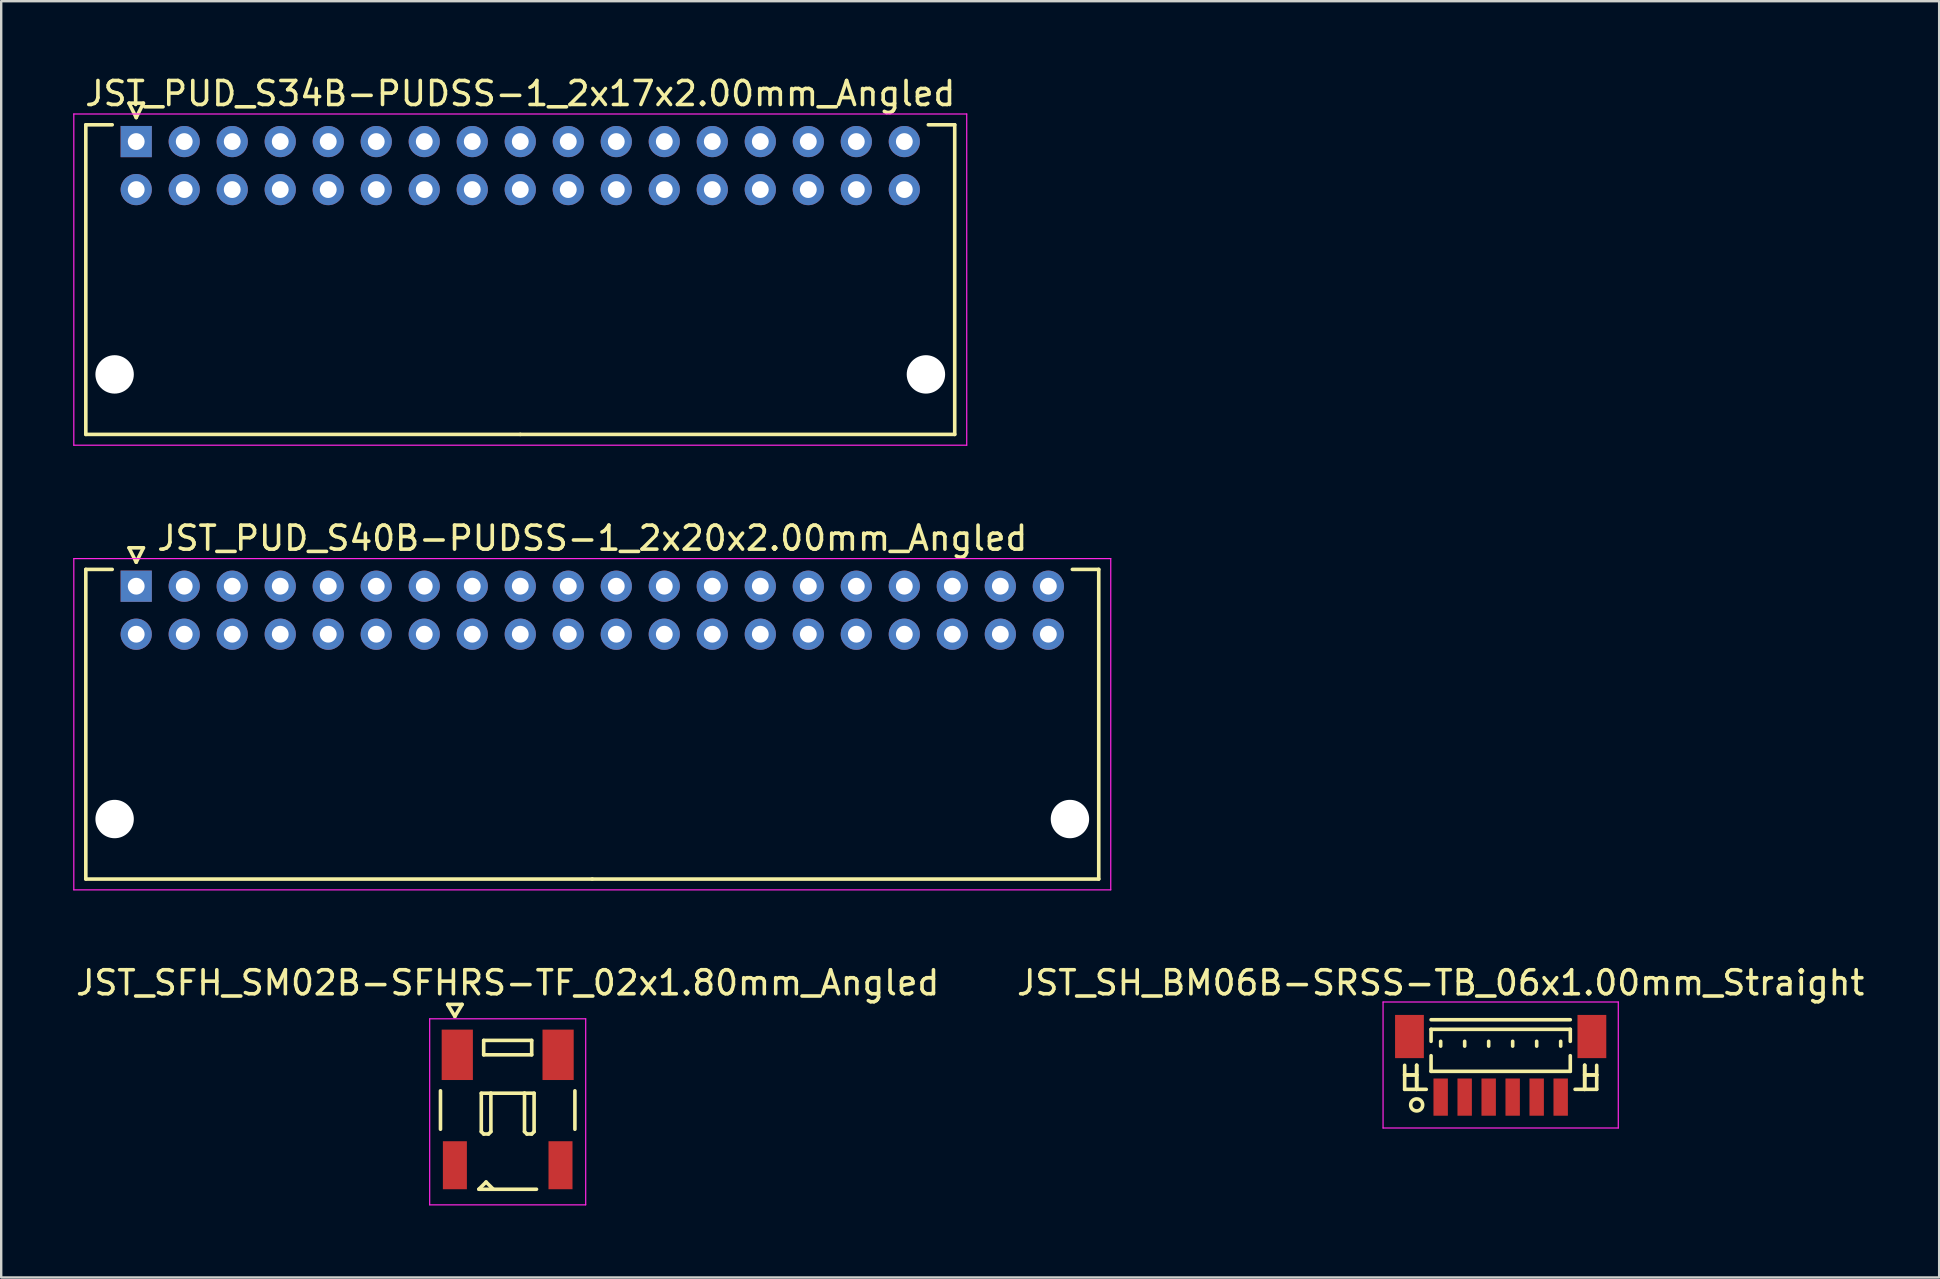
<source format=kicad_pcb>
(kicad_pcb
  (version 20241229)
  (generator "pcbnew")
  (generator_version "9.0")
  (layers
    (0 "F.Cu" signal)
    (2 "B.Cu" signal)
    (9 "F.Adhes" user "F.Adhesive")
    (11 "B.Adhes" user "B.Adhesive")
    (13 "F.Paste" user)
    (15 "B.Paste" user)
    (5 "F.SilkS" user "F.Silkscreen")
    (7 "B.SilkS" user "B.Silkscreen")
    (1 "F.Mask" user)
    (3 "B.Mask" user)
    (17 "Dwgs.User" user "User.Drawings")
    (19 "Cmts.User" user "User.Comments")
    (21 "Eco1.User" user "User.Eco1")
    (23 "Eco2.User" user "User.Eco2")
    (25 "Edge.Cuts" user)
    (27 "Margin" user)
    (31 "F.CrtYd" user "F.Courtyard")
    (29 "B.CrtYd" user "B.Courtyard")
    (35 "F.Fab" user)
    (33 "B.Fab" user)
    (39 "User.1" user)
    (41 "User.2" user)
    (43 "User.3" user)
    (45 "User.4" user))
  (footprint "JST_SFH_SM02B-SFHRS-TF_02x1.80mm_Angled"
    (layer "F.Cu")
    (at 18.101 43.195)
    (property "Reference" "JST_SFH_SM02B-SFHRS-TF_02x1.80mm_Angled" (at 0 -5.3 0) (layer "F.SilkS") (effects (font (size 1 1) (thickness 0.15))))
    (attr smd)
    (fp_line (start -2.8 -0.8) (end -2.8 0.8) (stroke (width 0.15) (type solid)) (layer "F.SilkS"))
    (fp_line (start -2.5 -4.4) (end -2.2 -3.9) (stroke (width 0.15) (type solid)) (layer "F.SilkS"))
    (fp_line (start -2.2 -3.9) (end -1.9 -4.4) (stroke (width 0.15) (type solid)) (layer "F.SilkS"))
    (fp_line (start -1.9 -4.4) (end -2.5 -4.4) (stroke (width 0.15) (type solid)) (layer "F.SilkS"))
    (fp_line (start -1.2 3.3) (end -0.9 3) (stroke (width 0.15) (type solid)) (layer "F.SilkS"))
    (fp_line (start -1.1 -0.7) (end -1.1 0.9) (stroke (width 0.15) (type solid)) (layer "F.SilkS"))
    (fp_line (start -1.1 0.9) (end -1 1) (stroke (width 0.15) (type solid)) (layer "F.SilkS"))
    (fp_line (start -1 -2.9) (end -1 -2.3) (stroke (width 0.15) (type solid)) (layer "F.SilkS"))
    (fp_line (start -1 -2.9) (end 1 -2.9) (stroke (width 0.15) (type solid)) (layer "F.SilkS"))
    (fp_line (start -1 -2.3) (end 1 -2.3) (stroke (width 0.15) (type solid)) (layer "F.SilkS"))
    (fp_line (start -1 1) (end -0.8 1) (stroke (width 0.15) (type solid)) (layer "F.SilkS"))
    (fp_line (start -0.9 3) (end -0.6 3.3) (stroke (width 0.15) (type solid)) (layer "F.SilkS"))
    (fp_line (start -0.8 1) (end -0.7 0.9) (stroke (width 0.15) (type solid)) (layer "F.SilkS"))
    (fp_line (start -0.7 -0.7) (end -1.1 -0.7) (stroke (width 0.15) (type solid)) (layer "F.SilkS"))
    (fp_line (start -0.7 -0.7) (end 0.7 -0.7) (stroke (width 0.15) (type solid)) (layer "F.SilkS"))
    (fp_line (start -0.7 0.9) (end -0.7 -0.7) (stroke (width 0.15) (type solid)) (layer "F.SilkS"))
    (fp_line (start 0.7 -0.7) (end 1.1 -0.7) (stroke (width 0.15) (type solid)) (layer "F.SilkS"))
    (fp_line (start 0.7 0.9) (end 0.7 -0.7) (stroke (width 0.15) (type solid)) (layer "F.SilkS"))
    (fp_line (start 0.8 1) (end 0.7 0.9) (stroke (width 0.15) (type solid)) (layer "F.SilkS"))
    (fp_line (start 1 -2.3) (end 1 -2.9) (stroke (width 0.15) (type solid)) (layer "F.SilkS"))
    (fp_line (start 1 1) (end 0.8 1) (stroke (width 0.15) (type solid)) (layer "F.SilkS"))
    (fp_line (start 1.1 -0.7) (end 1.1 0.9) (stroke (width 0.15) (type solid)) (layer "F.SilkS"))
    (fp_line (start 1.1 0.9) (end 1 1) (stroke (width 0.15) (type solid)) (layer "F.SilkS"))
    (fp_line (start 1.2 3.3) (end -1.2 3.3) (stroke (width 0.15) (type solid)) (layer "F.SilkS"))
    (fp_line (start 2.8 -0.8) (end 2.8 0.8) (stroke (width 0.15) (type solid)) (layer "F.SilkS"))
    (fp_line (start -3.25 -3.8) (end -3.25 3.95) (stroke (width 0.05) (type solid)) (layer "F.CrtYd"))
    (fp_line (start -3.25 3.95) (end 3.25 3.95) (stroke (width 0.05) (type solid)) (layer "F.CrtYd"))
    (fp_line (start 3.25 -3.8) (end -3.25 -3.8) (stroke (width 0.05) (type solid)) (layer "F.CrtYd"))
    (fp_line (start 3.25 3.95) (end 3.25 -3.8) (stroke (width 0.05) (type solid)) (layer "F.CrtYd"))
    (pad "" smd rect (at -2.2 2.3) (size 1 2) (layers "F.Cu" "F.Mask" "F.Paste"))
    (pad "" smd rect (at 2.2 2.3) (size 1 2) (layers "F.Cu" "F.Mask" "F.Paste"))
    (pad "1" smd rect (at -2.1 -2.3) (size 1.3 2.1) (layers "F.Cu" "F.Mask" "F.Paste"))
    (pad "2" smd rect (at 2.1 -2.3) (size 1.3 2.1) (layers "F.Cu" "F.Mask" "F.Paste")))
  (footprint "JST_PUD_S40B-PUDSS-1_2x20x2.00mm_Angled"
    (layer "F.Cu")
    (at 2.625 21.372)
    (property "Reference" "JST_PUD_S40B-PUDSS-1_2x20x2.00mm_Angled" (at 19 -2 0) (layer "F.SilkS") (effects (font (size 1 1) (thickness 0.15))))
    (attr through_hole)
    (fp_line (start -2.1 -0.7) (end -2.1 12.2) (stroke (width 0.15) (type solid)) (layer "F.SilkS"))
    (fp_line (start -2.1 12.2) (end 19 12.2) (stroke (width 0.15) (type solid)) (layer "F.SilkS"))
    (fp_line (start -1 -0.7) (end -2.1 -0.7) (stroke (width 0.15) (type solid)) (layer "F.SilkS"))
    (fp_line (start -0.3 -1.6) (end 0.3 -1.6) (stroke (width 0.15) (type solid)) (layer "F.SilkS"))
    (fp_line (start 0 -1) (end -0.3 -1.6) (stroke (width 0.15) (type solid)) (layer "F.SilkS"))
    (fp_line (start 0.3 -1.6) (end 0 -1) (stroke (width 0.15) (type solid)) (layer "F.SilkS"))
    (fp_line (start 39 -0.7) (end 40.1 -0.7) (stroke (width 0.15) (type solid)) (layer "F.SilkS"))
    (fp_line (start 40.1 -0.7) (end 40.1 12.2) (stroke (width 0.15) (type solid)) (layer "F.SilkS"))
    (fp_line (start 40.1 12.2) (end 19 12.2) (stroke (width 0.15) (type solid)) (layer "F.SilkS"))
    (fp_line (start -2.6 -1.15) (end -2.6 12.65) (stroke (width 0.05) (type solid)) (layer "F.CrtYd"))
    (fp_line (start -2.6 12.65) (end 40.6 12.65) (stroke (width 0.05) (type solid)) (layer "F.CrtYd"))
    (fp_line (start 40.6 -1.15) (end -2.6 -1.15) (stroke (width 0.05) (type solid)) (layer "F.CrtYd"))
    (fp_line (start 40.6 12.65) (end 40.6 -1.15) (stroke (width 0.05) (type solid)) (layer "F.CrtYd"))
    (pad "" np_thru_hole circle (at -0.9 9.7) (size 1.6 1.6) (drill 1.6) (layers "*.Cu"))
    (pad "" np_thru_hole circle (at 38.9 9.7) (size 1.6 1.6) (drill 1.6) (layers "*.Cu"))
    (pad "1" thru_hole rect (at 0 0) (size 1.3 1.3) (drill 0.7) (layers "*.Cu" "*.Mask"))
    (pad "2" thru_hole circle (at 0 2) (size 1.3 1.3) (drill 0.7) (layers "*.Cu" "*.Mask"))
    (pad "3" thru_hole circle (at 2 0) (size 1.3 1.3) (drill 0.7) (layers "*.Cu" "*.Mask"))
    (pad "4" thru_hole circle (at 2 2) (size 1.3 1.3) (drill 0.7) (layers "*.Cu" "*.Mask"))
    (pad "5" thru_hole circle (at 4 0) (size 1.3 1.3) (drill 0.7) (layers "*.Cu" "*.Mask"))
    (pad "6" thru_hole circle (at 4 2) (size 1.3 1.3) (drill 0.7) (layers "*.Cu" "*.Mask"))
    (pad "7" thru_hole circle (at 6 0) (size 1.3 1.3) (drill 0.7) (layers "*.Cu" "*.Mask"))
    (pad "8" thru_hole circle (at 6 2) (size 1.3 1.3) (drill 0.7) (layers "*.Cu" "*.Mask"))
    (pad "9" thru_hole circle (at 8 0) (size 1.3 1.3) (drill 0.7) (layers "*.Cu" "*.Mask"))
    (pad "10" thru_hole circle (at 8 2) (size 1.3 1.3) (drill 0.7) (layers "*.Cu" "*.Mask"))
    (pad "11" thru_hole circle (at 10 0) (size 1.3 1.3) (drill 0.7) (layers "*.Cu" "*.Mask"))
    (pad "12" thru_hole circle (at 10 2) (size 1.3 1.3) (drill 0.7) (layers "*.Cu" "*.Mask"))
    (pad "13" thru_hole circle (at 12 0) (size 1.3 1.3) (drill 0.7) (layers "*.Cu" "*.Mask"))
    (pad "14" thru_hole circle (at 12 2) (size 1.3 1.3) (drill 0.7) (layers "*.Cu" "*.Mask"))
    (pad "15" thru_hole circle (at 14 0) (size 1.3 1.3) (drill 0.7) (layers "*.Cu" "*.Mask"))
    (pad "16" thru_hole circle (at 14 2) (size 1.3 1.3) (drill 0.7) (layers "*.Cu" "*.Mask"))
    (pad "17" thru_hole circle (at 16 0) (size 1.3 1.3) (drill 0.7) (layers "*.Cu" "*.Mask"))
    (pad "18" thru_hole circle (at 16 2) (size 1.3 1.3) (drill 0.7) (layers "*.Cu" "*.Mask"))
    (pad "19" thru_hole circle (at 18 0) (size 1.3 1.3) (drill 0.7) (layers "*.Cu" "*.Mask"))
    (pad "20" thru_hole circle (at 18 2) (size 1.3 1.3) (drill 0.7) (layers "*.Cu" "*.Mask"))
    (pad "21" thru_hole circle (at 20 0) (size 1.3 1.3) (drill 0.7) (layers "*.Cu" "*.Mask"))
    (pad "22" thru_hole circle (at 20 2) (size 1.3 1.3) (drill 0.7) (layers "*.Cu" "*.Mask"))
    (pad "23" thru_hole circle (at 22 0) (size 1.3 1.3) (drill 0.7) (layers "*.Cu" "*.Mask"))
    (pad "24" thru_hole circle (at 22 2) (size 1.3 1.3) (drill 0.7) (layers "*.Cu" "*.Mask"))
    (pad "25" thru_hole circle (at 24 0) (size 1.3 1.3) (drill 0.7) (layers "*.Cu" "*.Mask"))
    (pad "26" thru_hole circle (at 24 2) (size 1.3 1.3) (drill 0.7) (layers "*.Cu" "*.Mask"))
    (pad "27" thru_hole circle (at 26 0) (size 1.3 1.3) (drill 0.7) (layers "*.Cu" "*.Mask"))
    (pad "28" thru_hole circle (at 26 2) (size 1.3 1.3) (drill 0.7) (layers "*.Cu" "*.Mask"))
    (pad "29" thru_hole circle (at 28 0) (size 1.3 1.3) (drill 0.7) (layers "*.Cu" "*.Mask"))
    (pad "30" thru_hole circle (at 28 2) (size 1.3 1.3) (drill 0.7) (layers "*.Cu" "*.Mask"))
    (pad "31" thru_hole circle (at 30 0) (size 1.3 1.3) (drill 0.7) (layers "*.Cu" "*.Mask"))
    (pad "32" thru_hole circle (at 30 2) (size 1.3 1.3) (drill 0.7) (layers "*.Cu" "*.Mask"))
    (pad "33" thru_hole circle (at 32 0) (size 1.3 1.3) (drill 0.7) (layers "*.Cu" "*.Mask"))
    (pad "34" thru_hole circle (at 32 2) (size 1.3 1.3) (drill 0.7) (layers "*.Cu" "*.Mask"))
    (pad "35" thru_hole circle (at 34 0) (size 1.3 1.3) (drill 0.7) (layers "*.Cu" "*.Mask"))
    (pad "36" thru_hole circle (at 34 2) (size 1.3 1.3) (drill 0.7) (layers "*.Cu" "*.Mask"))
    (pad "37" thru_hole circle (at 36 0) (size 1.3 1.3) (drill 0.7) (layers "*.Cu" "*.Mask"))
    (pad "38" thru_hole circle (at 36 2) (size 1.3 1.3) (drill 0.7) (layers "*.Cu" "*.Mask"))
    (pad "39" thru_hole circle (at 38 0) (size 1.3 1.3) (drill 0.7) (layers "*.Cu" "*.Mask"))
    (pad "40" thru_hole circle (at 38 2) (size 1.3 1.3) (drill 0.7) (layers "*.Cu" "*.Mask")))
  (footprint "JST_PUD_S34B-PUDSS-1_2x17x2.00mm_Angled"
    (layer "F.Cu")
    (at 2.625 2.848)
    (property "Reference" "JST_PUD_S34B-PUDSS-1_2x17x2.00mm_Angled" (at 16 -2 0) (layer "F.SilkS") (effects (font (size 1 1) (thickness 0.15))))
    (attr through_hole)
    (fp_line (start -2.1 -0.7) (end -2.1 12.2) (stroke (width 0.15) (type solid)) (layer "F.SilkS"))
    (fp_line (start -2.1 12.2) (end 16 12.2) (stroke (width 0.15) (type solid)) (layer "F.SilkS"))
    (fp_line (start -1 -0.7) (end -2.1 -0.7) (stroke (width 0.15) (type solid)) (layer "F.SilkS"))
    (fp_line (start -0.3 -1.6) (end 0.3 -1.6) (stroke (width 0.15) (type solid)) (layer "F.SilkS"))
    (fp_line (start 0 -1) (end -0.3 -1.6) (stroke (width 0.15) (type solid)) (layer "F.SilkS"))
    (fp_line (start 0.3 -1.6) (end 0 -1) (stroke (width 0.15) (type solid)) (layer "F.SilkS"))
    (fp_line (start 33 -0.7) (end 34.1 -0.7) (stroke (width 0.15) (type solid)) (layer "F.SilkS"))
    (fp_line (start 34.1 -0.7) (end 34.1 12.2) (stroke (width 0.15) (type solid)) (layer "F.SilkS"))
    (fp_line (start 34.1 12.2) (end 16 12.2) (stroke (width 0.15) (type solid)) (layer "F.SilkS"))
    (fp_line (start -2.6 -1.15) (end -2.6 12.65) (stroke (width 0.05) (type solid)) (layer "F.CrtYd"))
    (fp_line (start -2.6 12.65) (end 34.6 12.65) (stroke (width 0.05) (type solid)) (layer "F.CrtYd"))
    (fp_line (start 34.6 -1.15) (end -2.6 -1.15) (stroke (width 0.05) (type solid)) (layer "F.CrtYd"))
    (fp_line (start 34.6 12.65) (end 34.6 -1.15) (stroke (width 0.05) (type solid)) (layer "F.CrtYd"))
    (pad "" np_thru_hole circle (at -0.9 9.7) (size 1.6 1.6) (drill 1.6) (layers "*.Cu"))
    (pad "" np_thru_hole circle (at 32.9 9.7) (size 1.6 1.6) (drill 1.6) (layers "*.Cu"))
    (pad "1" thru_hole rect (at 0 0) (size 1.3 1.3) (drill 0.7) (layers "*.Cu" "*.Mask"))
    (pad "2" thru_hole circle (at 0 2) (size 1.3 1.3) (drill 0.7) (layers "*.Cu" "*.Mask"))
    (pad "3" thru_hole circle (at 2 0) (size 1.3 1.3) (drill 0.7) (layers "*.Cu" "*.Mask"))
    (pad "4" thru_hole circle (at 2 2) (size 1.3 1.3) (drill 0.7) (layers "*.Cu" "*.Mask"))
    (pad "5" thru_hole circle (at 4 0) (size 1.3 1.3) (drill 0.7) (layers "*.Cu" "*.Mask"))
    (pad "6" thru_hole circle (at 4 2) (size 1.3 1.3) (drill 0.7) (layers "*.Cu" "*.Mask"))
    (pad "7" thru_hole circle (at 6 0) (size 1.3 1.3) (drill 0.7) (layers "*.Cu" "*.Mask"))
    (pad "8" thru_hole circle (at 6 2) (size 1.3 1.3) (drill 0.7) (layers "*.Cu" "*.Mask"))
    (pad "9" thru_hole circle (at 8 0) (size 1.3 1.3) (drill 0.7) (layers "*.Cu" "*.Mask"))
    (pad "10" thru_hole circle (at 8 2) (size 1.3 1.3) (drill 0.7) (layers "*.Cu" "*.Mask"))
    (pad "11" thru_hole circle (at 10 0) (size 1.3 1.3) (drill 0.7) (layers "*.Cu" "*.Mask"))
    (pad "12" thru_hole circle (at 10 2) (size 1.3 1.3) (drill 0.7) (layers "*.Cu" "*.Mask"))
    (pad "13" thru_hole circle (at 12 0) (size 1.3 1.3) (drill 0.7) (layers "*.Cu" "*.Mask"))
    (pad "14" thru_hole circle (at 12 2) (size 1.3 1.3) (drill 0.7) (layers "*.Cu" "*.Mask"))
    (pad "15" thru_hole circle (at 14 0) (size 1.3 1.3) (drill 0.7) (layers "*.Cu" "*.Mask"))
    (pad "16" thru_hole circle (at 14 2) (size 1.3 1.3) (drill 0.7) (layers "*.Cu" "*.Mask"))
    (pad "17" thru_hole circle (at 16 0) (size 1.3 1.3) (drill 0.7) (layers "*.Cu" "*.Mask"))
    (pad "18" thru_hole circle (at 16 2) (size 1.3 1.3) (drill 0.7) (layers "*.Cu" "*.Mask"))
    (pad "19" thru_hole circle (at 18 0) (size 1.3 1.3) (drill 0.7) (layers "*.Cu" "*.Mask"))
    (pad "20" thru_hole circle (at 18 2) (size 1.3 1.3) (drill 0.7) (layers "*.Cu" "*.Mask"))
    (pad "21" thru_hole circle (at 20 0) (size 1.3 1.3) (drill 0.7) (layers "*.Cu" "*.Mask"))
    (pad "22" thru_hole circle (at 20 2) (size 1.3 1.3) (drill 0.7) (layers "*.Cu" "*.Mask"))
    (pad "23" thru_hole circle (at 22 0) (size 1.3 1.3) (drill 0.7) (layers "*.Cu" "*.Mask"))
    (pad "24" thru_hole circle (at 22 2) (size 1.3 1.3) (drill 0.7) (layers "*.Cu" "*.Mask"))
    (pad "25" thru_hole circle (at 24 0) (size 1.3 1.3) (drill 0.7) (layers "*.Cu" "*.Mask"))
    (pad "26" thru_hole circle (at 24 2) (size 1.3 1.3) (drill 0.7) (layers "*.Cu" "*.Mask"))
    (pad "27" thru_hole circle (at 26 0) (size 1.3 1.3) (drill 0.7) (layers "*.Cu" "*.Mask"))
    (pad "28" thru_hole circle (at 26 2) (size 1.3 1.3) (drill 0.7) (layers "*.Cu" "*.Mask"))
    (pad "29" thru_hole circle (at 28 0) (size 1.3 1.3) (drill 0.7) (layers "*.Cu" "*.Mask"))
    (pad "30" thru_hole circle (at 28 2) (size 1.3 1.3) (drill 0.7) (layers "*.Cu" "*.Mask"))
    (pad "31" thru_hole circle (at 30 0) (size 1.3 1.3) (drill 0.7) (layers "*.Cu" "*.Mask"))
    (pad "32" thru_hole circle (at 30 2) (size 1.3 1.3) (drill 0.7) (layers "*.Cu" "*.Mask"))
    (pad "33" thru_hole circle (at 32 0) (size 1.3 1.3) (drill 0.7) (layers "*.Cu" "*.Mask"))
    (pad "34" thru_hole circle (at 32 2) (size 1.3 1.3) (drill 0.7) (layers "*.Cu" "*.Mask")))
  (footprint "JST_SH_BM06B-SRSS-TB_06x1.00mm_Straight"
    (layer "F.Cu")
    (at 59.47 41.395)
    (property "Reference" "JST_SH_BM06B-SRSS-TB_06x1.00mm_Straight" (at -2.5 -3.5 0) (layer "F.SilkS") (effects (font (size 1 1) (thickness 0.15))))
    (attr smd)
    (fp_line (start -4 -0.062) (end -4 0.938) (stroke (width 0.15) (type solid)) (layer "F.SilkS"))
    (fp_line (start -4 0.338) (end -4 0.338) (stroke (width 0.15) (type solid)) (layer "F.SilkS"))
    (fp_line (start -4 0.338) (end -3.5 0.338) (stroke (width 0.15) (type solid)) (layer "F.SilkS"))
    (fp_line (start -4 0.938) (end -3.1 0.938) (stroke (width 0.15) (type solid)) (layer "F.SilkS"))
    (fp_line (start -3.5 -0.062) (end -3.5 -0.062) (stroke (width 0.15) (type solid)) (layer "F.SilkS"))
    (fp_line (start -3.5 -0.062) (end -3.5 0.938) (stroke (width 0.15) (type solid)) (layer "F.SilkS"))
    (fp_line (start -3.5 0.338) (end -4 0.338) (stroke (width 0.15) (type solid)) (layer "F.SilkS"))
    (fp_line (start -3.5 0.338) (end -3.5 0.338) (stroke (width 0.15) (type solid)) (layer "F.SilkS"))
    (fp_line (start -3.5 0.938) (end -3.5 -0.062) (stroke (width 0.15) (type solid)) (layer "F.SilkS"))
    (fp_line (start -3.5 0.938) (end -3.5 0.938) (stroke (width 0.15) (type solid)) (layer "F.SilkS"))
    (fp_line (start -2.9 -1.962) (end 2.9 -1.962) (stroke (width 0.15) (type solid)) (layer "F.SilkS"))
    (fp_line (start -2.9 -1.562) (end 2.9 -1.562) (stroke (width 0.15) (type solid)) (layer "F.SilkS"))
    (fp_line (start -2.9 -1.062) (end -2.9 -1.562) (stroke (width 0.15) (type solid)) (layer "F.SilkS"))
    (fp_line (start -2.9 -0.463) (end -2.9 0.188) (stroke (width 0.15) (type solid)) (layer "F.SilkS"))
    (fp_line (start -2.9 0.188) (end 2.9 0.188) (stroke (width 0.15) (type solid)) (layer "F.SilkS"))
    (fp_line (start -2.5 -1.062) (end -2.5 -0.863) (stroke (width 0.15) (type solid)) (layer "F.SilkS"))
    (fp_line (start -1.5 -1.062) (end -1.5 -0.863) (stroke (width 0.15) (type solid)) (layer "F.SilkS"))
    (fp_line (start -0.5 -1.062) (end -0.5 -0.863) (stroke (width 0.15) (type solid)) (layer "F.SilkS"))
    (fp_line (start 0.5 -1.062) (end 0.5 -0.863) (stroke (width 0.15) (type solid)) (layer "F.SilkS"))
    (fp_line (start 1.5 -1.062) (end 1.5 -0.863) (stroke (width 0.15) (type solid)) (layer "F.SilkS"))
    (fp_line (start 2.5 -1.062) (end 2.5 -0.863) (stroke (width 0.15) (type solid)) (layer "F.SilkS"))
    (fp_line (start 2.9 -1.562) (end 2.9 -1.062) (stroke (width 0.15) (type solid)) (layer "F.SilkS"))
    (fp_line (start 2.9 0.188) (end 2.9 -0.463) (stroke (width 0.15) (type solid)) (layer "F.SilkS"))
    (fp_line (start 3.5 -0.062) (end 3.5 -0.062) (stroke (width 0.15) (type solid)) (layer "F.SilkS"))
    (fp_line (start 3.5 -0.062) (end 3.5 0.938) (stroke (width 0.15) (type solid)) (layer "F.SilkS"))
    (fp_line (start 3.5 0.338) (end 3.5 0.338) (stroke (width 0.15) (type solid)) (layer "F.SilkS"))
    (fp_line (start 3.5 0.338) (end 4 0.338) (stroke (width 0.15) (type solid)) (layer "F.SilkS"))
    (fp_line (start 3.5 0.938) (end 3.5 -0.062) (stroke (width 0.15) (type solid)) (layer "F.SilkS"))
    (fp_line (start 3.5 0.938) (end 3.5 0.938) (stroke (width 0.15) (type solid)) (layer "F.SilkS"))
    (fp_line (start 4 -0.062) (end 4 0.938) (stroke (width 0.15) (type solid)) (layer "F.SilkS"))
    (fp_line (start 4 0.338) (end 3.5 0.338) (stroke (width 0.15) (type solid)) (layer "F.SilkS"))
    (fp_line (start 4 0.338) (end 4 0.338) (stroke (width 0.15) (type solid)) (layer "F.SilkS"))
    (fp_line (start 4 0.938) (end 3.1 0.938) (stroke (width 0.15) (type solid)) (layer "F.SilkS"))
    (fp_circle (center -3.5 1.587) (end -3.25 1.587) (stroke (width 0.15) (type solid)) (fill no) (layer "F.SilkS"))
    (fp_line (start -4.9 -2.7) (end 4.9 -2.7) (stroke (width 0.05) (type solid)) (layer "F.CrtYd"))
    (fp_line (start -4.9 2.55) (end -4.9 -2.7) (stroke (width 0.05) (type solid)) (layer "F.CrtYd"))
    (fp_line (start 4.9 -2.7) (end 4.9 2.55) (stroke (width 0.05) (type solid)) (layer "F.CrtYd"))
    (fp_line (start 4.9 2.55) (end -4.9 2.55) (stroke (width 0.05) (type solid)) (layer "F.CrtYd"))
    (pad "" smd rect (at -3.8 -1.262) (size 1.2 1.8) (layers "F.Cu" "F.Mask" "F.Paste"))
    (pad "" smd rect (at 3.8 -1.262) (size 1.2 1.8) (layers "F.Cu" "F.Mask" "F.Paste"))
    (pad "1" smd rect (at -2.5 1.262) (size 0.6 1.55) (layers "F.Cu" "F.Mask" "F.Paste"))
    (pad "2" smd rect (at -1.5 1.262) (size 0.6 1.55) (layers "F.Cu" "F.Mask" "F.Paste"))
    (pad "3" smd rect (at -0.5 1.262) (size 0.6 1.55) (layers "F.Cu" "F.Mask" "F.Paste"))
    (pad "4" smd rect (at 0.5 1.262) (size 0.6 1.55) (layers "F.Cu" "F.Mask" "F.Paste"))
    (pad "5" smd rect (at 1.5 1.262) (size 0.6 1.55) (layers "F.Cu" "F.Mask" "F.Paste"))
    (pad "6" smd rect (at 2.5 1.262) (size 0.6 1.55) (layers "F.Cu" "F.Mask" "F.Paste")))
  (gr_rect
    (start -3 -3)
    (end 77.738 50.17)
    (stroke (width 0.1) (type default))
    (fill no)
    (layer "Edge.Cuts")))
</source>
